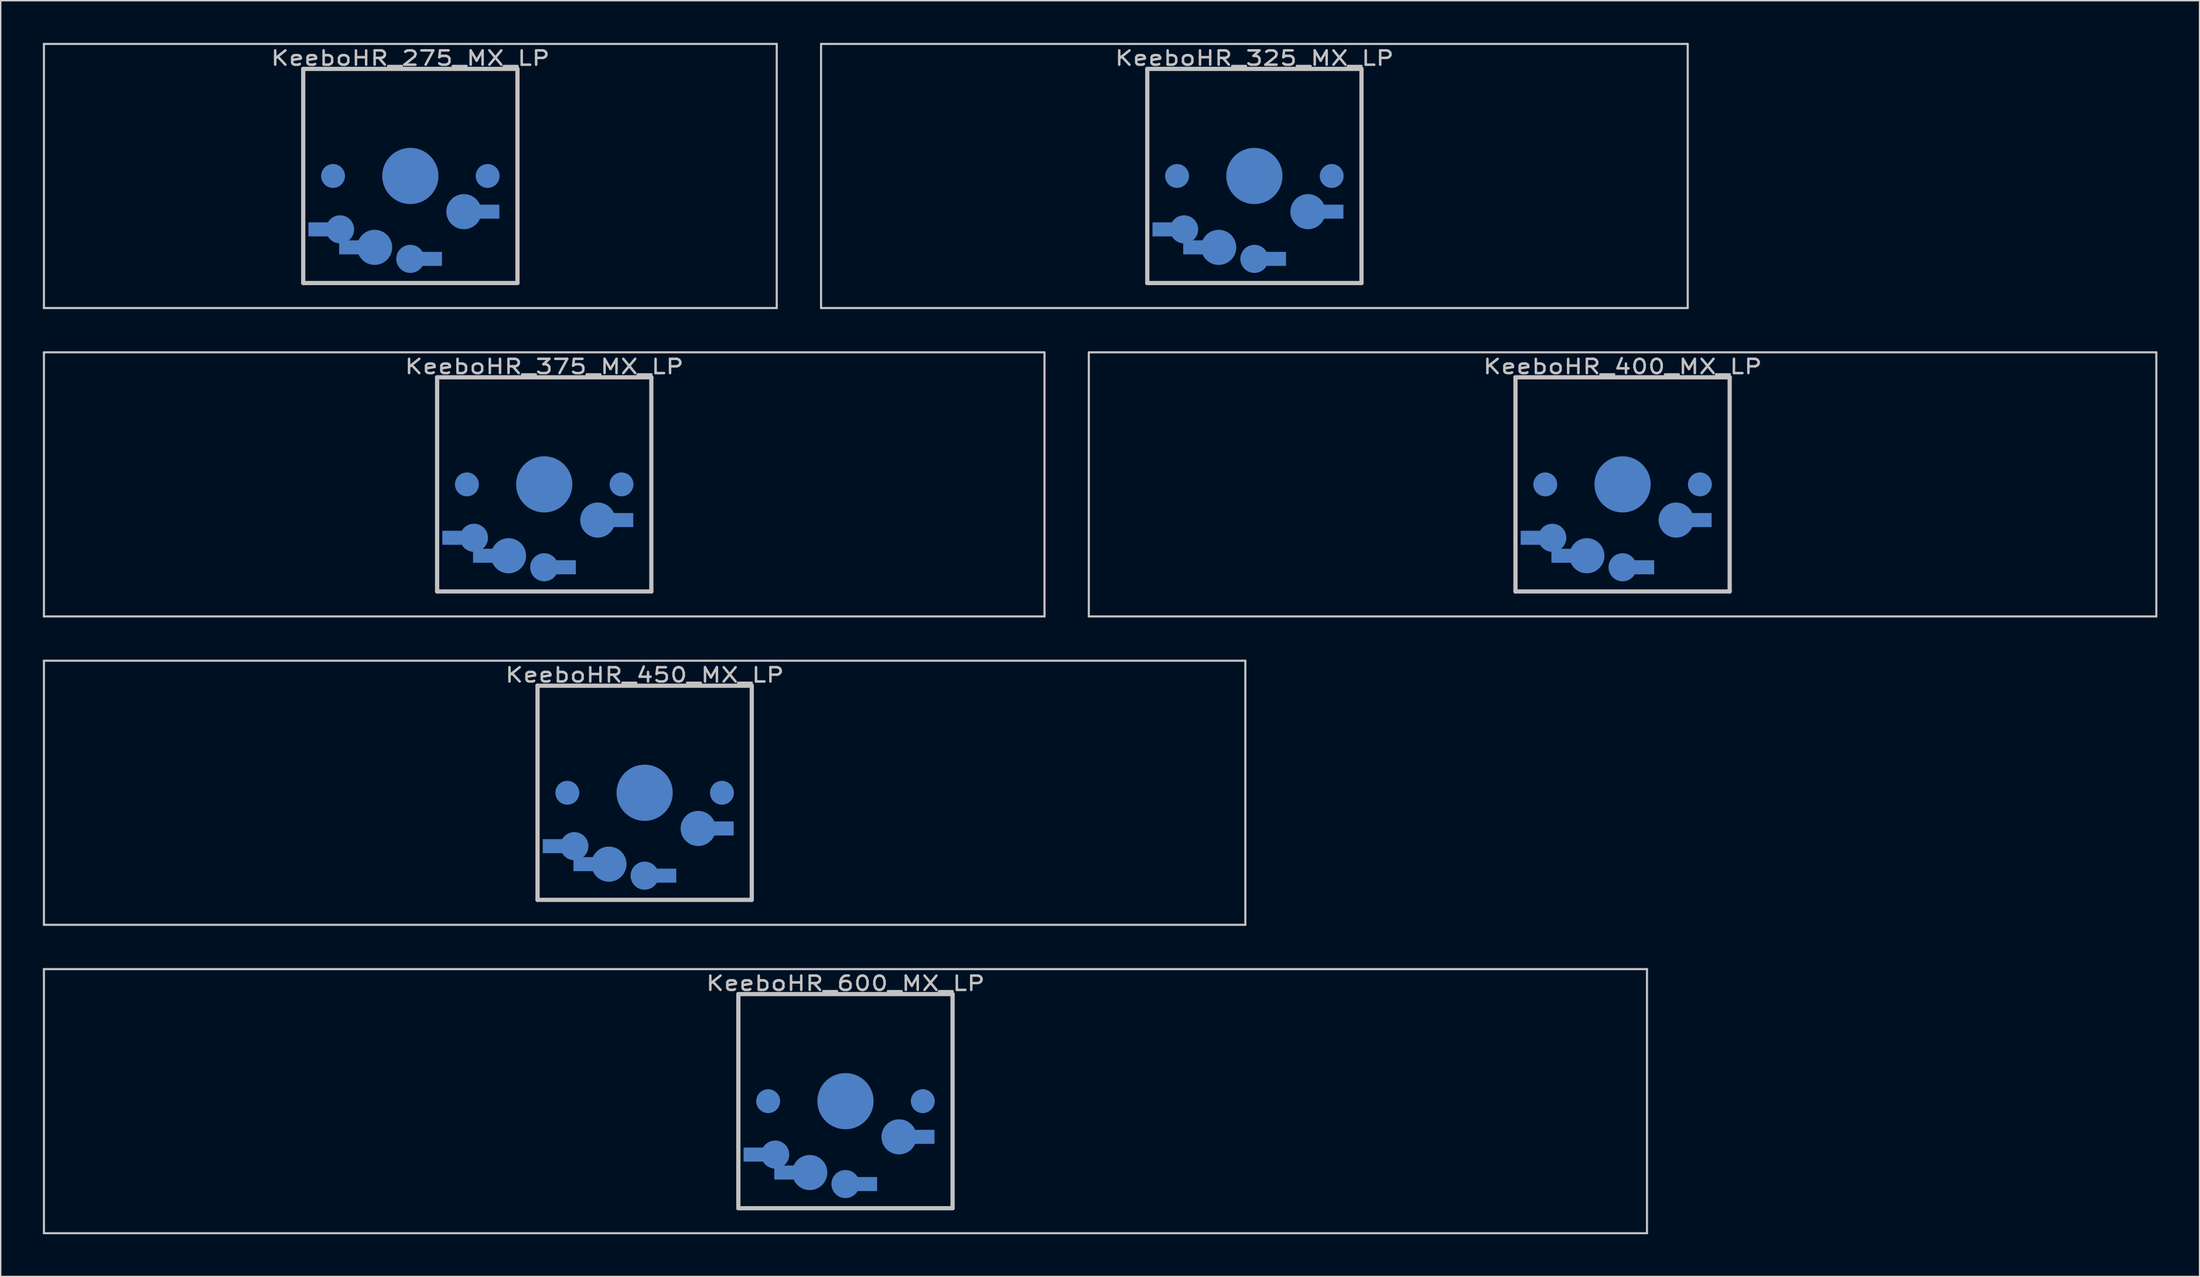
<source format=kicad_pcb>
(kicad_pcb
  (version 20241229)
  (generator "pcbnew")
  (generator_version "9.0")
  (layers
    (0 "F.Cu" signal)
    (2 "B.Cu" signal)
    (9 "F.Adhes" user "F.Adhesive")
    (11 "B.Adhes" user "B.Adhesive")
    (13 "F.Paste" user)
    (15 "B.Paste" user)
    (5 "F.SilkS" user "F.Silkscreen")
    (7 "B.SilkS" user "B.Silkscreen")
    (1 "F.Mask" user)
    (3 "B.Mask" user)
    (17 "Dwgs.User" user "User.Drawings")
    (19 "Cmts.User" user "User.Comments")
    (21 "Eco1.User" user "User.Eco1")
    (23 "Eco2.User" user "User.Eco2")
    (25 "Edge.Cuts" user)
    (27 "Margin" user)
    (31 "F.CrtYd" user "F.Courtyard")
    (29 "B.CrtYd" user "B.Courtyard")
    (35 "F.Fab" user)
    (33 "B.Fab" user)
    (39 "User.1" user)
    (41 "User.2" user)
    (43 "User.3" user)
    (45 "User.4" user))
  (footprint "KeeboHR_325_MX_LP"
    (layer "B.Cu")
    (at 86.191 9.474)
    (property "Reference" "KeeboHR_325_MX_LP" (at 0 -8.382 0) (layer "Dwgs.User") (effects (font (size 1.016 1.27) (thickness 0.178))))
    (attr through_hole)
    (fp_line (start -30.829 -9.398) (end 30.829 -9.398) (stroke (width 0.152) (type solid)) (layer "Dwgs.User"))
    (fp_line (start -30.829 9.398) (end -30.829 -9.398) (stroke (width 0.152) (type solid)) (layer "Dwgs.User"))
    (fp_line (start -7.62 -7.62) (end 7.62 -7.62) (stroke (width 0.3) (type solid)) (layer "Dwgs.User"))
    (fp_line (start -7.62 7.62) (end -7.62 -7.62) (stroke (width 0.3) (type solid)) (layer "Dwgs.User"))
    (fp_line (start 7.62 -7.62) (end 7.62 7.62) (stroke (width 0.3) (type solid)) (layer "Dwgs.User"))
    (fp_line (start 7.62 7.62) (end -7.62 7.62) (stroke (width 0.3) (type solid)) (layer "Dwgs.User"))
    (fp_line (start 30.829 -9.398) (end 30.829 9.398) (stroke (width 0.152) (type solid)) (layer "Dwgs.User"))
    (fp_line (start 30.829 9.398) (end -30.829 9.398) (stroke (width 0.152) (type solid)) (layer "Dwgs.User"))
    (pad "" smd circle (at -5.5 0) (size 1.7 1.7) (layers "B.Cu" "B.Mask"))
    (pad "" smd circle (at 0 0) (size 4 4) (layers "B.Cu" "B.Mask"))
    (pad "" smd circle (at 5.5 0) (size 1.7 1.7) (layers "B.Cu" "B.Mask"))
    (pad "1" smd circle (at 0 5.9) (size 2 2) (layers "B.Cu" "B.Mask"))
    (pad "1" smd rect (at 1.25 5.9) (size 2 1) (layers "B.Cu" "B.Mask"))
    (pad "1" smd circle (at 3.81 2.54) (size 2.5 2.5) (layers "B.Cu" "B.Mask"))
    (pad "1" smd rect (at 5.334 2.54) (size 2 1) (layers "B.Cu" "B.Mask"))
    (pad "2" smd rect (at -6.25 3.8) (size 2 1) (layers "B.Cu" "B.Mask"))
    (pad "2" smd circle (at -5 3.8) (size 2 2) (layers "B.Cu" "B.Mask"))
    (pad "2" smd rect (at -4.064 5.08) (size 2 1) (layers "B.Cu" "B.Mask"))
    (pad "2" smd circle (at -2.54 5.08) (size 2.5 2.5) (layers "B.Cu" "B.Mask")))
  (footprint "KeeboHR_275_MX_LP"
    (layer "B.Cu")
    (at 26.143 9.474)
    (property "Reference" "KeeboHR_275_MX_LP" (at 0 -8.382 0) (layer "Dwgs.User") (effects (font (size 1.016 1.27) (thickness 0.178))))
    (attr through_hole)
    (fp_line (start -26.067 -9.398) (end 26.067 -9.398) (stroke (width 0.152) (type solid)) (layer "Dwgs.User"))
    (fp_line (start -26.067 9.398) (end -26.067 -9.398) (stroke (width 0.152) (type solid)) (layer "Dwgs.User"))
    (fp_line (start -7.62 -7.62) (end 7.62 -7.62) (stroke (width 0.3) (type solid)) (layer "Dwgs.User"))
    (fp_line (start -7.62 7.62) (end -7.62 -7.62) (stroke (width 0.3) (type solid)) (layer "Dwgs.User"))
    (fp_line (start 7.62 -7.62) (end 7.62 7.62) (stroke (width 0.3) (type solid)) (layer "Dwgs.User"))
    (fp_line (start 7.62 7.62) (end -7.62 7.62) (stroke (width 0.3) (type solid)) (layer "Dwgs.User"))
    (fp_line (start 26.067 -9.398) (end 26.067 9.398) (stroke (width 0.152) (type solid)) (layer "Dwgs.User"))
    (fp_line (start 26.067 9.398) (end -26.067 9.398) (stroke (width 0.152) (type solid)) (layer "Dwgs.User"))
    (pad "" smd circle (at -5.5 0) (size 1.7 1.7) (layers "B.Cu" "B.Mask"))
    (pad "" smd circle (at 0 0) (size 4 4) (layers "B.Cu" "B.Mask"))
    (pad "" smd circle (at 5.5 0) (size 1.7 1.7) (layers "B.Cu" "B.Mask"))
    (pad "1" smd circle (at 0 5.9) (size 2 2) (layers "B.Cu" "B.Mask"))
    (pad "1" smd rect (at 1.25 5.9) (size 2 1) (layers "B.Cu" "B.Mask"))
    (pad "1" smd circle (at 3.81 2.54) (size 2.5 2.5) (layers "B.Cu" "B.Mask"))
    (pad "1" smd rect (at 5.334 2.54) (size 2 1) (layers "B.Cu" "B.Mask"))
    (pad "2" smd rect (at -6.25 3.8) (size 2 1) (layers "B.Cu" "B.Mask"))
    (pad "2" smd circle (at -5 3.8) (size 2 2) (layers "B.Cu" "B.Mask"))
    (pad "2" smd rect (at -4.064 5.08) (size 2 1) (layers "B.Cu" "B.Mask"))
    (pad "2" smd circle (at -2.54 5.08) (size 2.5 2.5) (layers "B.Cu" "B.Mask")))
  (footprint "KeeboHR_600_MX_LP"
    (layer "B.Cu")
    (at 57.099 75.319)
    (property "Reference" "KeeboHR_600_MX_LP" (at 0 -8.382 0) (layer "Dwgs.User") (effects (font (size 1.016 1.27) (thickness 0.178))))
    (attr through_hole)
    (fp_line (start -57.023 -9.398) (end 57.023 -9.398) (stroke (width 0.152) (type solid)) (layer "Dwgs.User"))
    (fp_line (start -57.023 9.398) (end -57.023 -9.398) (stroke (width 0.152) (type solid)) (layer "Dwgs.User"))
    (fp_line (start -7.62 -7.62) (end 7.62 -7.62) (stroke (width 0.3) (type solid)) (layer "Dwgs.User"))
    (fp_line (start -7.62 7.62) (end -7.62 -7.62) (stroke (width 0.3) (type solid)) (layer "Dwgs.User"))
    (fp_line (start 7.62 -7.62) (end 7.62 7.62) (stroke (width 0.3) (type solid)) (layer "Dwgs.User"))
    (fp_line (start 7.62 7.62) (end -7.62 7.62) (stroke (width 0.3) (type solid)) (layer "Dwgs.User"))
    (fp_line (start 57.023 -9.398) (end 57.023 9.398) (stroke (width 0.152) (type solid)) (layer "Dwgs.User"))
    (fp_line (start 57.023 9.398) (end -57.023 9.398) (stroke (width 0.152) (type solid)) (layer "Dwgs.User"))
    (pad "" smd circle (at -5.5 0) (size 1.7 1.7) (layers "B.Cu" "B.Mask"))
    (pad "" smd circle (at 0 0) (size 4 4) (layers "B.Cu" "B.Mask"))
    (pad "" smd circle (at 5.5 0) (size 1.7 1.7) (layers "B.Cu" "B.Mask"))
    (pad "1" smd circle (at 0 5.9) (size 2 2) (layers "B.Cu" "B.Mask"))
    (pad "1" smd rect (at 1.25 5.9) (size 2 1) (layers "B.Cu" "B.Mask"))
    (pad "1" smd circle (at 3.81 2.54) (size 2.5 2.5) (layers "B.Cu" "B.Mask"))
    (pad "1" smd rect (at 5.334 2.54) (size 2 1) (layers "B.Cu" "B.Mask"))
    (pad "2" smd rect (at -6.25 3.8) (size 2 1) (layers "B.Cu" "B.Mask"))
    (pad "2" smd circle (at -5 3.8) (size 2 2) (layers "B.Cu" "B.Mask"))
    (pad "2" smd rect (at -4.064 5.08) (size 2 1) (layers "B.Cu" "B.Mask"))
    (pad "2" smd circle (at -2.54 5.08) (size 2.5 2.5) (layers "B.Cu" "B.Mask")))
  (footprint "KeeboHR_400_MX_LP"
    (layer "B.Cu")
    (at 112.385 31.423)
    (property "Reference" "KeeboHR_400_MX_LP" (at 0 -8.382 0) (layer "Dwgs.User") (effects (font (size 1.016 1.27) (thickness 0.178))))
    (attr through_hole)
    (fp_line (start -37.973 -9.398) (end 37.973 -9.398) (stroke (width 0.152) (type solid)) (layer "Dwgs.User"))
    (fp_line (start -37.973 9.398) (end -37.973 -9.398) (stroke (width 0.152) (type solid)) (layer "Dwgs.User"))
    (fp_line (start -7.62 -7.62) (end 7.62 -7.62) (stroke (width 0.3) (type solid)) (layer "Dwgs.User"))
    (fp_line (start -7.62 7.62) (end -7.62 -7.62) (stroke (width 0.3) (type solid)) (layer "Dwgs.User"))
    (fp_line (start 7.62 -7.62) (end 7.62 7.62) (stroke (width 0.3) (type solid)) (layer "Dwgs.User"))
    (fp_line (start 7.62 7.62) (end -7.62 7.62) (stroke (width 0.3) (type solid)) (layer "Dwgs.User"))
    (fp_line (start 37.973 -9.398) (end 37.973 9.398) (stroke (width 0.152) (type solid)) (layer "Dwgs.User"))
    (fp_line (start 37.973 9.398) (end -37.973 9.398) (stroke (width 0.152) (type solid)) (layer "Dwgs.User"))
    (pad "" smd circle (at -5.5 0) (size 1.7 1.7) (layers "B.Cu" "B.Mask"))
    (pad "" smd circle (at 0 0) (size 4 4) (layers "B.Cu" "B.Mask"))
    (pad "" smd circle (at 5.5 0) (size 1.7 1.7) (layers "B.Cu" "B.Mask"))
    (pad "1" smd circle (at 0 5.9) (size 2 2) (layers "B.Cu" "B.Mask"))
    (pad "1" smd rect (at 1.25 5.9) (size 2 1) (layers "B.Cu" "B.Mask"))
    (pad "1" smd circle (at 3.81 2.54) (size 2.5 2.5) (layers "B.Cu" "B.Mask"))
    (pad "1" smd rect (at 5.334 2.54) (size 2 1) (layers "B.Cu" "B.Mask"))
    (pad "2" smd rect (at -6.25 3.8) (size 2 1) (layers "B.Cu" "B.Mask"))
    (pad "2" smd circle (at -5 3.8) (size 2 2) (layers "B.Cu" "B.Mask"))
    (pad "2" smd rect (at -4.064 5.08) (size 2 1) (layers "B.Cu" "B.Mask"))
    (pad "2" smd circle (at -2.54 5.08) (size 2.5 2.5) (layers "B.Cu" "B.Mask")))
  (footprint "KeeboHR_450_MX_LP"
    (layer "B.Cu")
    (at 42.812 53.371)
    (property "Reference" "KeeboHR_450_MX_LP" (at 0 -8.382 0) (layer "Dwgs.User") (effects (font (size 1.016 1.27) (thickness 0.178))))
    (attr through_hole)
    (fp_line (start -42.736 -9.398) (end 42.736 -9.398) (stroke (width 0.152) (type solid)) (layer "Dwgs.User"))
    (fp_line (start -42.736 9.398) (end -42.736 -9.398) (stroke (width 0.152) (type solid)) (layer "Dwgs.User"))
    (fp_line (start -7.62 -7.62) (end 7.62 -7.62) (stroke (width 0.3) (type solid)) (layer "Dwgs.User"))
    (fp_line (start -7.62 7.62) (end -7.62 -7.62) (stroke (width 0.3) (type solid)) (layer "Dwgs.User"))
    (fp_line (start 7.62 -7.62) (end 7.62 7.62) (stroke (width 0.3) (type solid)) (layer "Dwgs.User"))
    (fp_line (start 7.62 7.62) (end -7.62 7.62) (stroke (width 0.3) (type solid)) (layer "Dwgs.User"))
    (fp_line (start 42.736 -9.398) (end 42.736 9.398) (stroke (width 0.152) (type solid)) (layer "Dwgs.User"))
    (fp_line (start 42.736 9.398) (end -42.736 9.398) (stroke (width 0.152) (type solid)) (layer "Dwgs.User"))
    (pad "" smd circle (at -5.5 0) (size 1.7 1.7) (layers "B.Cu" "B.Mask"))
    (pad "" smd circle (at 0 0) (size 4 4) (layers "B.Cu" "B.Mask"))
    (pad "" smd circle (at 5.5 0) (size 1.7 1.7) (layers "B.Cu" "B.Mask"))
    (pad "1" smd circle (at 0 5.9) (size 2 2) (layers "B.Cu" "B.Mask"))
    (pad "1" smd rect (at 1.25 5.9) (size 2 1) (layers "B.Cu" "B.Mask"))
    (pad "1" smd circle (at 3.81 2.54) (size 2.5 2.5) (layers "B.Cu" "B.Mask"))
    (pad "1" smd rect (at 5.334 2.54) (size 2 1) (layers "B.Cu" "B.Mask"))
    (pad "2" smd rect (at -6.25 3.8) (size 2 1) (layers "B.Cu" "B.Mask"))
    (pad "2" smd circle (at -5 3.8) (size 2 2) (layers "B.Cu" "B.Mask"))
    (pad "2" smd rect (at -4.064 5.08) (size 2 1) (layers "B.Cu" "B.Mask"))
    (pad "2" smd circle (at -2.54 5.08) (size 2.5 2.5) (layers "B.Cu" "B.Mask")))
  (footprint "KeeboHR_375_MX_LP"
    (layer "B.Cu")
    (at 35.668 31.423)
    (property "Reference" "KeeboHR_375_MX_LP" (at 0 -8.382 0) (layer "Dwgs.User") (effects (font (size 1.016 1.27) (thickness 0.178))))
    (attr through_hole)
    (fp_line (start -35.592 -9.398) (end 35.592 -9.398) (stroke (width 0.152) (type solid)) (layer "Dwgs.User"))
    (fp_line (start -35.592 9.398) (end -35.592 -9.398) (stroke (width 0.152) (type solid)) (layer "Dwgs.User"))
    (fp_line (start -7.62 -7.62) (end 7.62 -7.62) (stroke (width 0.3) (type solid)) (layer "Dwgs.User"))
    (fp_line (start -7.62 7.62) (end -7.62 -7.62) (stroke (width 0.3) (type solid)) (layer "Dwgs.User"))
    (fp_line (start 7.62 -7.62) (end 7.62 7.62) (stroke (width 0.3) (type solid)) (layer "Dwgs.User"))
    (fp_line (start 7.62 7.62) (end -7.62 7.62) (stroke (width 0.3) (type solid)) (layer "Dwgs.User"))
    (fp_line (start 35.592 -9.398) (end 35.592 9.398) (stroke (width 0.152) (type solid)) (layer "Dwgs.User"))
    (fp_line (start 35.592 9.398) (end -35.592 9.398) (stroke (width 0.152) (type solid)) (layer "Dwgs.User"))
    (pad "" smd circle (at -5.5 0) (size 1.7 1.7) (layers "B.Cu" "B.Mask"))
    (pad "" smd circle (at 0 0) (size 4 4) (layers "B.Cu" "B.Mask"))
    (pad "" smd circle (at 5.5 0) (size 1.7 1.7) (layers "B.Cu" "B.Mask"))
    (pad "1" smd circle (at 0 5.9) (size 2 2) (layers "B.Cu" "B.Mask"))
    (pad "1" smd rect (at 1.25 5.9) (size 2 1) (layers "B.Cu" "B.Mask"))
    (pad "1" smd circle (at 3.81 2.54) (size 2.5 2.5) (layers "B.Cu" "B.Mask"))
    (pad "1" smd rect (at 5.334 2.54) (size 2 1) (layers "B.Cu" "B.Mask"))
    (pad "2" smd rect (at -6.25 3.8) (size 2 1) (layers "B.Cu" "B.Mask"))
    (pad "2" smd circle (at -5 3.8) (size 2 2) (layers "B.Cu" "B.Mask"))
    (pad "2" smd rect (at -4.064 5.08) (size 2 1) (layers "B.Cu" "B.Mask"))
    (pad "2" smd circle (at -2.54 5.08) (size 2.5 2.5) (layers "B.Cu" "B.Mask")))
  (gr_rect
    (start -3 -3)
    (end 153.434 87.794)
    (stroke (width 0.1) (type default))
    (fill no)
    (layer "Edge.Cuts")))
</source>
